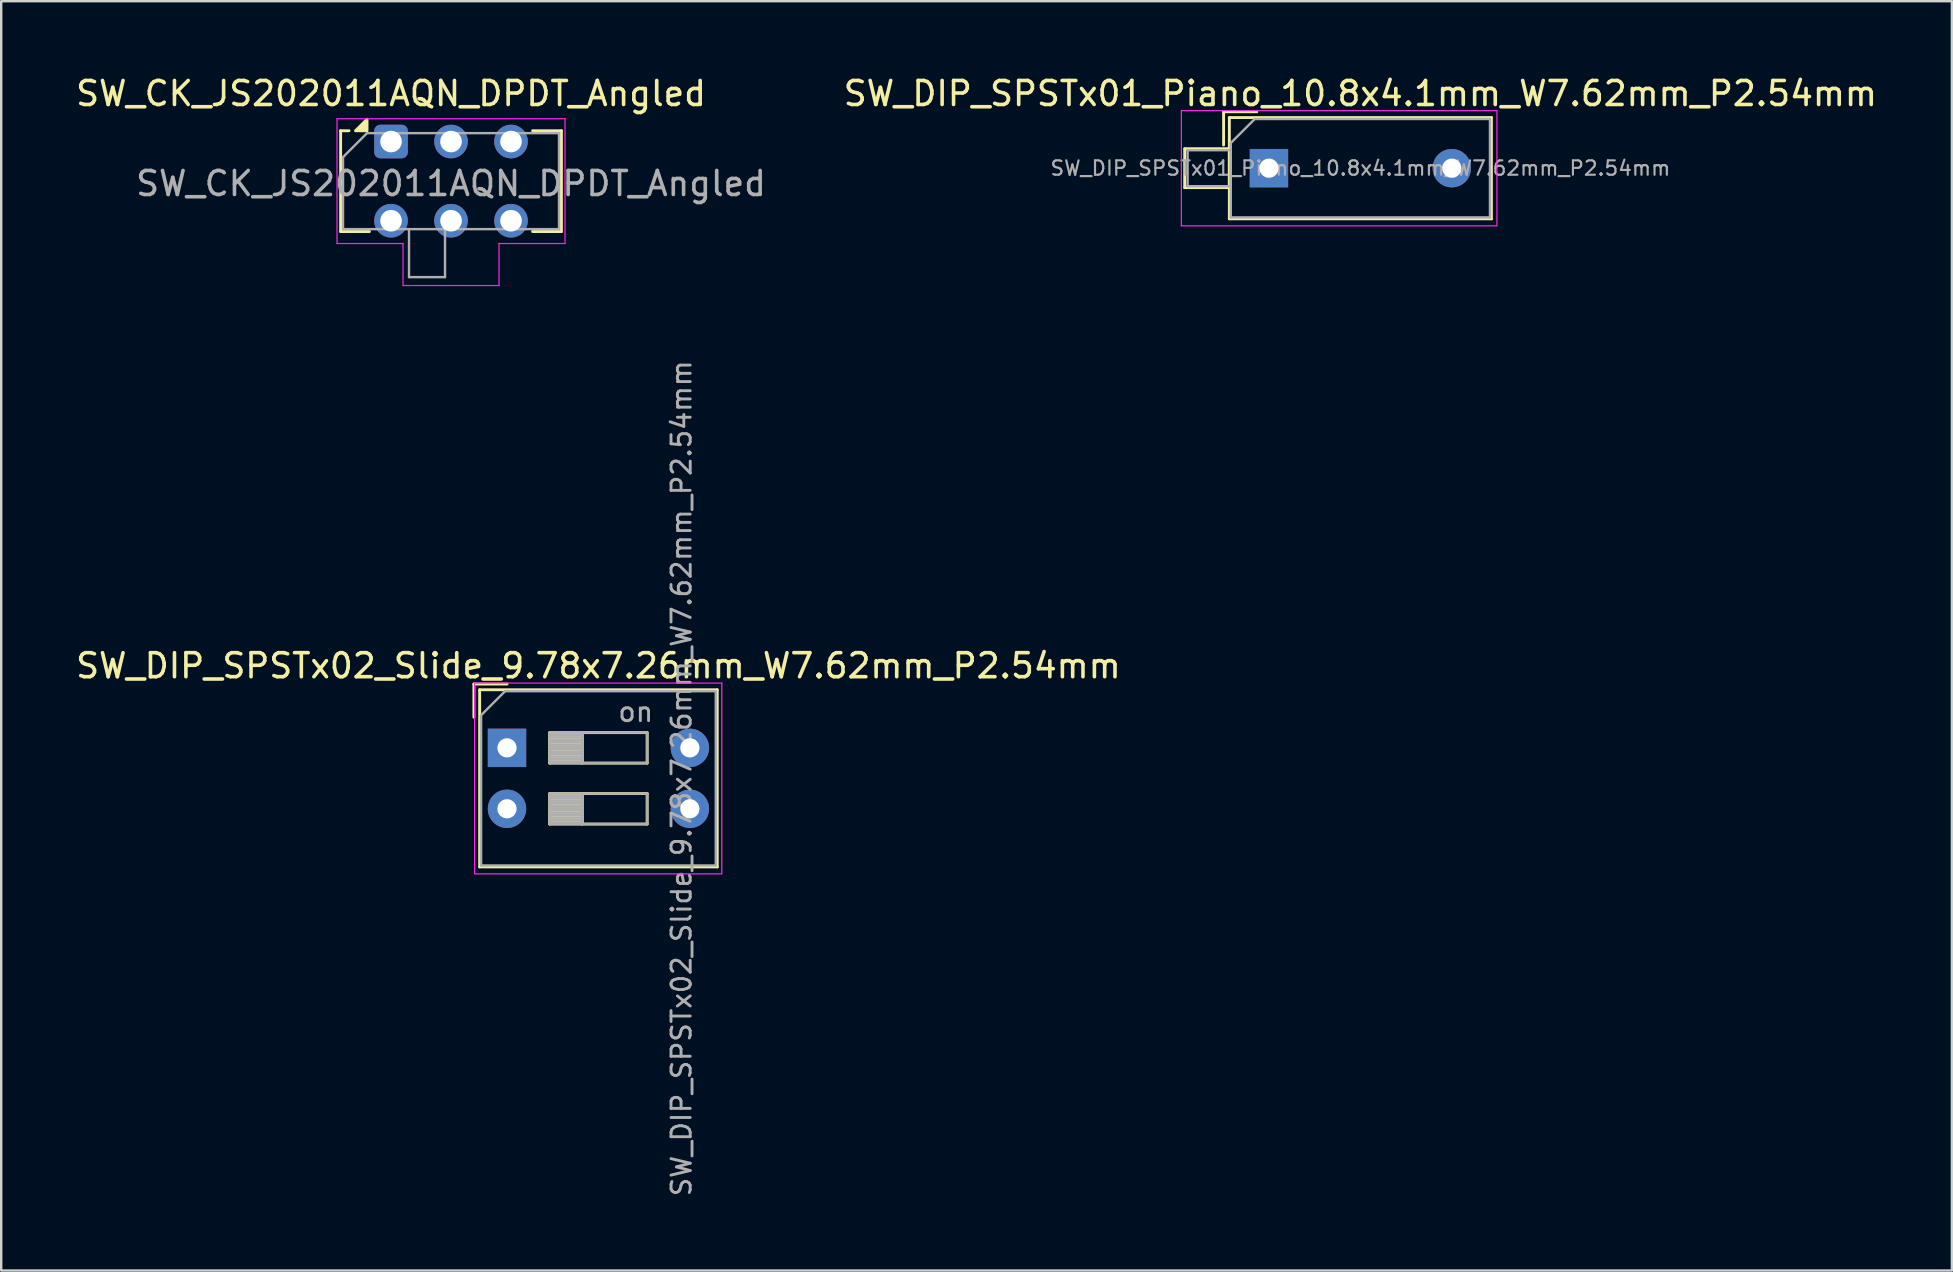
<source format=kicad_pcb>
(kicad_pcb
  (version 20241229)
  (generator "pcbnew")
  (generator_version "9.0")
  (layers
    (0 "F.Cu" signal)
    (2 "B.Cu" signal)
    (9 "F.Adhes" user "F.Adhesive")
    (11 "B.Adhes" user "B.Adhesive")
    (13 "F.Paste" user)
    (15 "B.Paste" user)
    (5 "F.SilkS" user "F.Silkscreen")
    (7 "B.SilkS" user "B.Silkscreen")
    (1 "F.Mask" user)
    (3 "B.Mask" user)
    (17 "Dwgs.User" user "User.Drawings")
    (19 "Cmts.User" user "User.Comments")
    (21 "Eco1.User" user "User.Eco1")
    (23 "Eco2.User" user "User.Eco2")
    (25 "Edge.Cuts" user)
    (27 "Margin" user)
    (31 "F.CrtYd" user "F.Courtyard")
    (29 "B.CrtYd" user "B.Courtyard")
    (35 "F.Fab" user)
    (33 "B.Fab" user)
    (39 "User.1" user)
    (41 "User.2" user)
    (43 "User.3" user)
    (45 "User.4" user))
  (footprint "SW_DIP_SPSTx02_Slide_9.78x7.26mm_W7.62mm_P2.54mm"
    (layer "F.Cu")
    (at 18.077 28.113)
    (property "Reference" "SW_DIP_SPSTx02_Slide_9.78x7.26mm_W7.62mm_P2.54mm" (at 3.81 -3.42 0) (layer "F.SilkS") (effects (font (size 1 1) (thickness 0.15))))
    (attr through_hole)
    (fp_line (start -1.38 -2.66) (end -1.38 -1.277) (stroke (width 0.12) (type solid)) (layer "F.SilkS"))
    (fp_line (start -1.38 -2.66) (end 0.004 -2.66) (stroke (width 0.12) (type solid)) (layer "F.SilkS"))
    (fp_line (start -1.14 -2.42) (end -1.14 4.96) (stroke (width 0.12) (type solid)) (layer "F.SilkS"))
    (fp_line (start -1.14 -2.42) (end 8.76 -2.42) (stroke (width 0.12) (type solid)) (layer "F.SilkS"))
    (fp_line (start -1.14 4.96) (end 8.76 4.96) (stroke (width 0.12) (type solid)) (layer "F.SilkS"))
    (fp_line (start 1.78 -0.635) (end 1.78 0.635) (stroke (width 0.12) (type solid)) (layer "F.SilkS"))
    (fp_line (start 1.78 -0.515) (end 3.133 -0.515) (stroke (width 0.12) (type solid)) (layer "F.SilkS"))
    (fp_line (start 1.78 -0.395) (end 3.133 -0.395) (stroke (width 0.12) (type solid)) (layer "F.SilkS"))
    (fp_line (start 1.78 -0.275) (end 3.133 -0.275) (stroke (width 0.12) (type solid)) (layer "F.SilkS"))
    (fp_line (start 1.78 -0.155) (end 3.133 -0.155) (stroke (width 0.12) (type solid)) (layer "F.SilkS"))
    (fp_line (start 1.78 -0.035) (end 3.133 -0.035) (stroke (width 0.12) (type solid)) (layer "F.SilkS"))
    (fp_line (start 1.78 0.085) (end 3.133 0.085) (stroke (width 0.12) (type solid)) (layer "F.SilkS"))
    (fp_line (start 1.78 0.205) (end 3.133 0.205) (stroke (width 0.12) (type solid)) (layer "F.SilkS"))
    (fp_line (start 1.78 0.325) (end 3.133 0.325) (stroke (width 0.12) (type solid)) (layer "F.SilkS"))
    (fp_line (start 1.78 0.445) (end 3.133 0.445) (stroke (width 0.12) (type solid)) (layer "F.SilkS"))
    (fp_line (start 1.78 0.565) (end 3.133 0.565) (stroke (width 0.12) (type solid)) (layer "F.SilkS"))
    (fp_line (start 1.78 0.635) (end 5.84 0.635) (stroke (width 0.12) (type solid)) (layer "F.SilkS"))
    (fp_line (start 1.78 1.905) (end 1.78 3.175) (stroke (width 0.12) (type solid)) (layer "F.SilkS"))
    (fp_line (start 1.78 2.025) (end 3.133 2.025) (stroke (width 0.12) (type solid)) (layer "F.SilkS"))
    (fp_line (start 1.78 2.145) (end 3.133 2.145) (stroke (width 0.12) (type solid)) (layer "F.SilkS"))
    (fp_line (start 1.78 2.265) (end 3.133 2.265) (stroke (width 0.12) (type solid)) (layer "F.SilkS"))
    (fp_line (start 1.78 2.385) (end 3.133 2.385) (stroke (width 0.12) (type solid)) (layer "F.SilkS"))
    (fp_line (start 1.78 2.505) (end 3.133 2.505) (stroke (width 0.12) (type solid)) (layer "F.SilkS"))
    (fp_line (start 1.78 2.625) (end 3.133 2.625) (stroke (width 0.12) (type solid)) (layer "F.SilkS"))
    (fp_line (start 1.78 2.745) (end 3.133 2.745) (stroke (width 0.12) (type solid)) (layer "F.SilkS"))
    (fp_line (start 1.78 2.865) (end 3.133 2.865) (stroke (width 0.12) (type solid)) (layer "F.SilkS"))
    (fp_line (start 1.78 2.985) (end 3.133 2.985) (stroke (width 0.12) (type solid)) (layer "F.SilkS"))
    (fp_line (start 1.78 3.105) (end 3.133 3.105) (stroke (width 0.12) (type solid)) (layer "F.SilkS"))
    (fp_line (start 1.78 3.175) (end 5.84 3.175) (stroke (width 0.12) (type solid)) (layer "F.SilkS"))
    (fp_line (start 3.133 -0.635) (end 3.133 0.635) (stroke (width 0.12) (type solid)) (layer "F.SilkS"))
    (fp_line (start 3.133 1.905) (end 3.133 3.175) (stroke (width 0.12) (type solid)) (layer "F.SilkS"))
    (fp_line (start 5.84 -0.635) (end 1.78 -0.635) (stroke (width 0.12) (type solid)) (layer "F.SilkS"))
    (fp_line (start 5.84 0.635) (end 5.84 -0.635) (stroke (width 0.12) (type solid)) (layer "F.SilkS"))
    (fp_line (start 5.84 1.905) (end 1.78 1.905) (stroke (width 0.12) (type solid)) (layer "F.SilkS"))
    (fp_line (start 5.84 3.175) (end 5.84 1.905) (stroke (width 0.12) (type solid)) (layer "F.SilkS"))
    (fp_line (start 8.76 -2.42) (end 8.76 4.96) (stroke (width 0.12) (type solid)) (layer "F.SilkS"))
    (fp_line (start -1.35 -2.7) (end -1.35 5.25) (stroke (width 0.05) (type solid)) (layer "F.CrtYd"))
    (fp_line (start -1.35 5.25) (end 8.95 5.25) (stroke (width 0.05) (type solid)) (layer "F.CrtYd"))
    (fp_line (start 8.95 -2.7) (end -1.35 -2.7) (stroke (width 0.05) (type solid)) (layer "F.CrtYd"))
    (fp_line (start 8.95 5.25) (end 8.95 -2.7) (stroke (width 0.05) (type solid)) (layer "F.CrtYd"))
    (fp_line (start -1.08 -1.36) (end -0.08 -2.36) (stroke (width 0.1) (type solid)) (layer "F.Fab"))
    (fp_line (start -1.08 4.9) (end -1.08 -1.36) (stroke (width 0.1) (type solid)) (layer "F.Fab"))
    (fp_line (start -0.08 -2.36) (end 8.7 -2.36) (stroke (width 0.1) (type solid)) (layer "F.Fab"))
    (fp_line (start 1.78 -0.635) (end 1.78 0.635) (stroke (width 0.1) (type solid)) (layer "F.Fab"))
    (fp_line (start 1.78 -0.535) (end 3.133 -0.535) (stroke (width 0.1) (type solid)) (layer "F.Fab"))
    (fp_line (start 1.78 -0.435) (end 3.133 -0.435) (stroke (width 0.1) (type solid)) (layer "F.Fab"))
    (fp_line (start 1.78 -0.335) (end 3.133 -0.335) (stroke (width 0.1) (type solid)) (layer "F.Fab"))
    (fp_line (start 1.78 -0.235) (end 3.133 -0.235) (stroke (width 0.1) (type solid)) (layer "F.Fab"))
    (fp_line (start 1.78 -0.135) (end 3.133 -0.135) (stroke (width 0.1) (type solid)) (layer "F.Fab"))
    (fp_line (start 1.78 -0.035) (end 3.133 -0.035) (stroke (width 0.1) (type solid)) (layer "F.Fab"))
    (fp_line (start 1.78 0.065) (end 3.133 0.065) (stroke (width 0.1) (type solid)) (layer "F.Fab"))
    (fp_line (start 1.78 0.165) (end 3.133 0.165) (stroke (width 0.1) (type solid)) (layer "F.Fab"))
    (fp_line (start 1.78 0.265) (end 3.133 0.265) (stroke (width 0.1) (type solid)) (layer "F.Fab"))
    (fp_line (start 1.78 0.365) (end 3.133 0.365) (stroke (width 0.1) (type solid)) (layer "F.Fab"))
    (fp_line (start 1.78 0.465) (end 3.133 0.465) (stroke (width 0.1) (type solid)) (layer "F.Fab"))
    (fp_line (start 1.78 0.565) (end 3.133 0.565) (stroke (width 0.1) (type solid)) (layer "F.Fab"))
    (fp_line (start 1.78 0.635) (end 5.84 0.635) (stroke (width 0.1) (type solid)) (layer "F.Fab"))
    (fp_line (start 1.78 1.905) (end 1.78 3.175) (stroke (width 0.1) (type solid)) (layer "F.Fab"))
    (fp_line (start 1.78 2.005) (end 3.133 2.005) (stroke (width 0.1) (type solid)) (layer "F.Fab"))
    (fp_line (start 1.78 2.105) (end 3.133 2.105) (stroke (width 0.1) (type solid)) (layer "F.Fab"))
    (fp_line (start 1.78 2.205) (end 3.133 2.205) (stroke (width 0.1) (type solid)) (layer "F.Fab"))
    (fp_line (start 1.78 2.305) (end 3.133 2.305) (stroke (width 0.1) (type solid)) (layer "F.Fab"))
    (fp_line (start 1.78 2.405) (end 3.133 2.405) (stroke (width 0.1) (type solid)) (layer "F.Fab"))
    (fp_line (start 1.78 2.505) (end 3.133 2.505) (stroke (width 0.1) (type solid)) (layer "F.Fab"))
    (fp_line (start 1.78 2.605) (end 3.133 2.605) (stroke (width 0.1) (type solid)) (layer "F.Fab"))
    (fp_line (start 1.78 2.705) (end 3.133 2.705) (stroke (width 0.1) (type solid)) (layer "F.Fab"))
    (fp_line (start 1.78 2.805) (end 3.133 2.805) (stroke (width 0.1) (type solid)) (layer "F.Fab"))
    (fp_line (start 1.78 2.905) (end 3.133 2.905) (stroke (width 0.1) (type solid)) (layer "F.Fab"))
    (fp_line (start 1.78 3.005) (end 3.133 3.005) (stroke (width 0.1) (type solid)) (layer "F.Fab"))
    (fp_line (start 1.78 3.105) (end 3.133 3.105) (stroke (width 0.1) (type solid)) (layer "F.Fab"))
    (fp_line (start 1.78 3.175) (end 5.84 3.175) (stroke (width 0.1) (type solid)) (layer "F.Fab"))
    (fp_line (start 3.133 -0.635) (end 3.133 0.635) (stroke (width 0.1) (type solid)) (layer "F.Fab"))
    (fp_line (start 3.133 1.905) (end 3.133 3.175) (stroke (width 0.1) (type solid)) (layer "F.Fab"))
    (fp_line (start 5.84 -0.635) (end 1.78 -0.635) (stroke (width 0.1) (type solid)) (layer "F.Fab"))
    (fp_line (start 5.84 0.635) (end 5.84 -0.635) (stroke (width 0.1) (type solid)) (layer "F.Fab"))
    (fp_line (start 5.84 1.905) (end 1.78 1.905) (stroke (width 0.1) (type solid)) (layer "F.Fab"))
    (fp_line (start 5.84 3.175) (end 5.84 1.905) (stroke (width 0.1) (type solid)) (layer "F.Fab"))
    (fp_line (start 8.7 -2.36) (end 8.7 4.9) (stroke (width 0.1) (type solid)) (layer "F.Fab"))
    (fp_line (start 8.7 4.9) (end -1.08 4.9) (stroke (width 0.1) (type solid)) (layer "F.Fab"))
    (fp_text user "on" (at 5.365 -1.498 0) (layer "F.Fab") (effects (font (size 0.8 0.8) (thickness 0.12))))
    (fp_text user "${REFERENCE}" (at 7.27 1.27 90) (layer "F.Fab") (effects (font (size 0.8 0.8) (thickness 0.12))))
    (pad "1" thru_hole rect (at 0 0) (size 1.6 1.6) (drill 0.8) (layers "*.Cu" "*.Mask"))
    (pad "2" thru_hole oval (at 0 2.54) (size 1.6 1.6) (drill 0.8) (layers "*.Cu" "*.Mask"))
    (pad "3" thru_hole oval (at 7.62 2.54) (size 1.6 1.6) (drill 0.8) (layers "*.Cu" "*.Mask"))
    (pad "4" thru_hole oval (at 7.62 0) (size 1.6 1.6) (drill 0.8) (layers "*.Cu" "*.Mask")))
  (footprint "SW_CK_JS202011AQN_DPDT_Angled"
    (layer "F.Cu")
    (at 13.244 2.848)
    (property "Reference" "SW_CK_JS202011AQN_DPDT_Angled" (at 0 -2 0) (layer "F.SilkS") (effects (font (size 1 1) (thickness 0.15))))
    (attr through_hole)
    (fp_line (start -2.1 -0.45) (end -2.1 3.75) (stroke (width 0.12) (type solid)) (layer "F.SilkS"))
    (fp_line (start -2.1 3.75) (end -0.9 3.75) (stroke (width 0.12) (type solid)) (layer "F.SilkS"))
    (fp_line (start -1.75 -0.45) (end -2.1 -0.45) (stroke (width 0.12) (type solid)) (layer "F.SilkS"))
    (fp_line (start 5.9 -0.45) (end 7.1 -0.45) (stroke (width 0.12) (type solid)) (layer "F.SilkS"))
    (fp_line (start 7.1 -0.45) (end 7.1 3.75) (stroke (width 0.12) (type solid)) (layer "F.SilkS"))
    (fp_line (start 7.1 3.75) (end 5.9 3.75) (stroke (width 0.12) (type solid)) (layer "F.SilkS"))
    (fp_poly (pts (xy -1 -0.45) (xy -1.48 -0.45) (xy -1 -0.93) (xy -1 -0.45)) (stroke (width 0.12) (type solid)) (fill yes) (layer "F.SilkS"))
    (fp_line (start -2.25 -0.95) (end 7.25 -0.95) (stroke (width 0.05) (type solid)) (layer "F.CrtYd"))
    (fp_line (start -2.25 4.25) (end -2.25 -0.95) (stroke (width 0.05) (type solid)) (layer "F.CrtYd"))
    (fp_line (start 0.5 4.25) (end -2.25 4.25) (stroke (width 0.05) (type solid)) (layer "F.CrtYd"))
    (fp_line (start 0.5 4.25) (end 0.5 6) (stroke (width 0.05) (type solid)) (layer "F.CrtYd"))
    (fp_line (start 4.5 6) (end 0.5 6) (stroke (width 0.05) (type solid)) (layer "F.CrtYd"))
    (fp_line (start 4.5 6) (end 4.5 4.25) (stroke (width 0.05) (type solid)) (layer "F.CrtYd"))
    (fp_line (start 7.25 -0.95) (end 7.25 4.25) (stroke (width 0.05) (type solid)) (layer "F.CrtYd"))
    (fp_line (start 7.25 4.25) (end 4.5 4.25) (stroke (width 0.05) (type solid)) (layer "F.CrtYd"))
    (fp_line (start -2 3.65) (end -2 0.65) (stroke (width 0.1) (type solid)) (layer "F.Fab"))
    (fp_line (start -1 -0.35) (end -2 0.65) (stroke (width 0.1) (type solid)) (layer "F.Fab"))
    (fp_line (start -1 -0.35) (end 7 -0.35) (stroke (width 0.1) (type solid)) (layer "F.Fab"))
    (fp_line (start 0.75 3.65) (end 0.75 5.65) (stroke (width 0.1) (type solid)) (layer "F.Fab"))
    (fp_line (start 0.75 5.65) (end 2.25 5.65) (stroke (width 0.1) (type solid)) (layer "F.Fab"))
    (fp_line (start 2.25 5.65) (end 2.25 3.65) (stroke (width 0.1) (type solid)) (layer "F.Fab"))
    (fp_line (start 7 -0.35) (end 7 3.65) (stroke (width 0.1) (type solid)) (layer "F.Fab"))
    (fp_line (start 7 3.65) (end -2 3.65) (stroke (width 0.1) (type solid)) (layer "F.Fab"))
    (fp_text user "${REFERENCE}" (at 2.5 1.75 0) (layer "F.Fab") (effects (font (size 1 1) (thickness 0.15))))
    (pad "1" thru_hole roundrect (at 0 0) (size 1.4 1.4) (drill 0.9) (layers "*.Cu" "*.Mask") (roundrect_rratio 0.179))
    (pad "2" thru_hole circle (at 2.5 0) (size 1.4 1.4) (drill 0.9) (layers "*.Cu" "*.Mask"))
    (pad "3" thru_hole circle (at 5 0) (size 1.4 1.4) (drill 0.9) (layers "*.Cu" "*.Mask"))
    (pad "4" thru_hole circle (at 5 3.3) (size 1.4 1.4) (drill 0.9) (layers "*.Cu" "*.Mask"))
    (pad "5" thru_hole circle (at 2.5 3.3) (size 1.4 1.4) (drill 0.9) (layers "*.Cu" "*.Mask"))
    (pad "6" thru_hole circle (at 0 3.3) (size 1.4 1.4) (drill 0.9) (layers "*.Cu" "*.Mask")))
  (footprint "SW_DIP_SPSTx01_Piano_10.8x4.1mm_W7.62mm_P2.54mm"
    (layer "F.Cu")
    (at 49.827 3.958)
    (property "Reference" "SW_DIP_SPSTx01_Piano_10.8x4.1mm_W7.62mm_P2.54mm" (at 3.81 -3.11 0) (layer "F.SilkS") (effects (font (size 1 1) (thickness 0.15))))
    (attr through_hole)
    (fp_line (start -3.51 -0.81) (end -3.51 0.81) (stroke (width 0.12) (type solid)) (layer "F.SilkS"))
    (fp_line (start -3.51 -0.81) (end -1.65 -0.81) (stroke (width 0.12) (type solid)) (layer "F.SilkS"))
    (fp_line (start -3.51 0.81) (end -1.65 0.81) (stroke (width 0.12) (type solid)) (layer "F.SilkS"))
    (fp_line (start -1.89 -2.35) (end -1.89 -0.967) (stroke (width 0.12) (type solid)) (layer "F.SilkS"))
    (fp_line (start -1.89 -2.35) (end -0.507 -2.35) (stroke (width 0.12) (type solid)) (layer "F.SilkS"))
    (fp_line (start -1.65 -2.11) (end -1.65 2.11) (stroke (width 0.12) (type solid)) (layer "F.SilkS"))
    (fp_line (start -1.65 -2.11) (end 9.27 -2.11) (stroke (width 0.12) (type solid)) (layer "F.SilkS"))
    (fp_line (start -1.65 -0.81) (end -1.65 0.81) (stroke (width 0.12) (type solid)) (layer "F.SilkS"))
    (fp_line (start -1.65 2.11) (end 9.27 2.11) (stroke (width 0.12) (type solid)) (layer "F.SilkS"))
    (fp_line (start 9.27 -2.11) (end 9.27 2.11) (stroke (width 0.12) (type solid)) (layer "F.SilkS"))
    (fp_line (start -3.65 -2.4) (end -3.65 2.4) (stroke (width 0.05) (type solid)) (layer "F.CrtYd"))
    (fp_line (start -3.65 2.4) (end 9.5 2.4) (stroke (width 0.05) (type solid)) (layer "F.CrtYd"))
    (fp_line (start 9.5 -2.4) (end -3.65 -2.4) (stroke (width 0.05) (type solid)) (layer "F.CrtYd"))
    (fp_line (start 9.5 2.4) (end 9.5 -2.4) (stroke (width 0.05) (type solid)) (layer "F.CrtYd"))
    (fp_line (start -3.39 -0.75) (end -1.59 -0.75) (stroke (width 0.1) (type solid)) (layer "F.Fab"))
    (fp_line (start -3.39 0.75) (end -3.39 -0.75) (stroke (width 0.1) (type solid)) (layer "F.Fab"))
    (fp_line (start -1.59 -1.05) (end -0.59 -2.05) (stroke (width 0.1) (type solid)) (layer "F.Fab"))
    (fp_line (start -1.59 -0.75) (end -1.59 0.75) (stroke (width 0.1) (type solid)) (layer "F.Fab"))
    (fp_line (start -1.59 0.75) (end -3.39 0.75) (stroke (width 0.1) (type solid)) (layer "F.Fab"))
    (fp_line (start -1.59 2.05) (end -1.59 -1.05) (stroke (width 0.1) (type solid)) (layer "F.Fab"))
    (fp_line (start -0.59 -2.05) (end 9.21 -2.05) (stroke (width 0.1) (type solid)) (layer "F.Fab"))
    (fp_line (start 9.21 -2.05) (end 9.21 2.05) (stroke (width 0.1) (type solid)) (layer "F.Fab"))
    (fp_line (start 9.21 2.05) (end -1.59 2.05) (stroke (width 0.1) (type solid)) (layer "F.Fab"))
    (fp_text user "${REFERENCE}" (at 3.81 0 0) (layer "F.Fab") (effects (font (size 0.6 0.6) (thickness 0.09))))
    (pad "1" thru_hole rect (at 0 0) (size 1.6 1.6) (drill 0.8) (layers "*.Cu" "*.Mask"))
    (pad "2" thru_hole oval (at 7.62 0) (size 1.6 1.6) (drill 0.8) (layers "*.Cu" "*.Mask")))
  (gr_rect
    (start -3 -3)
    (end 78.286 49.892)
    (stroke (width 0.1) (type default))
    (fill no)
    (layer "Edge.Cuts")))
</source>
